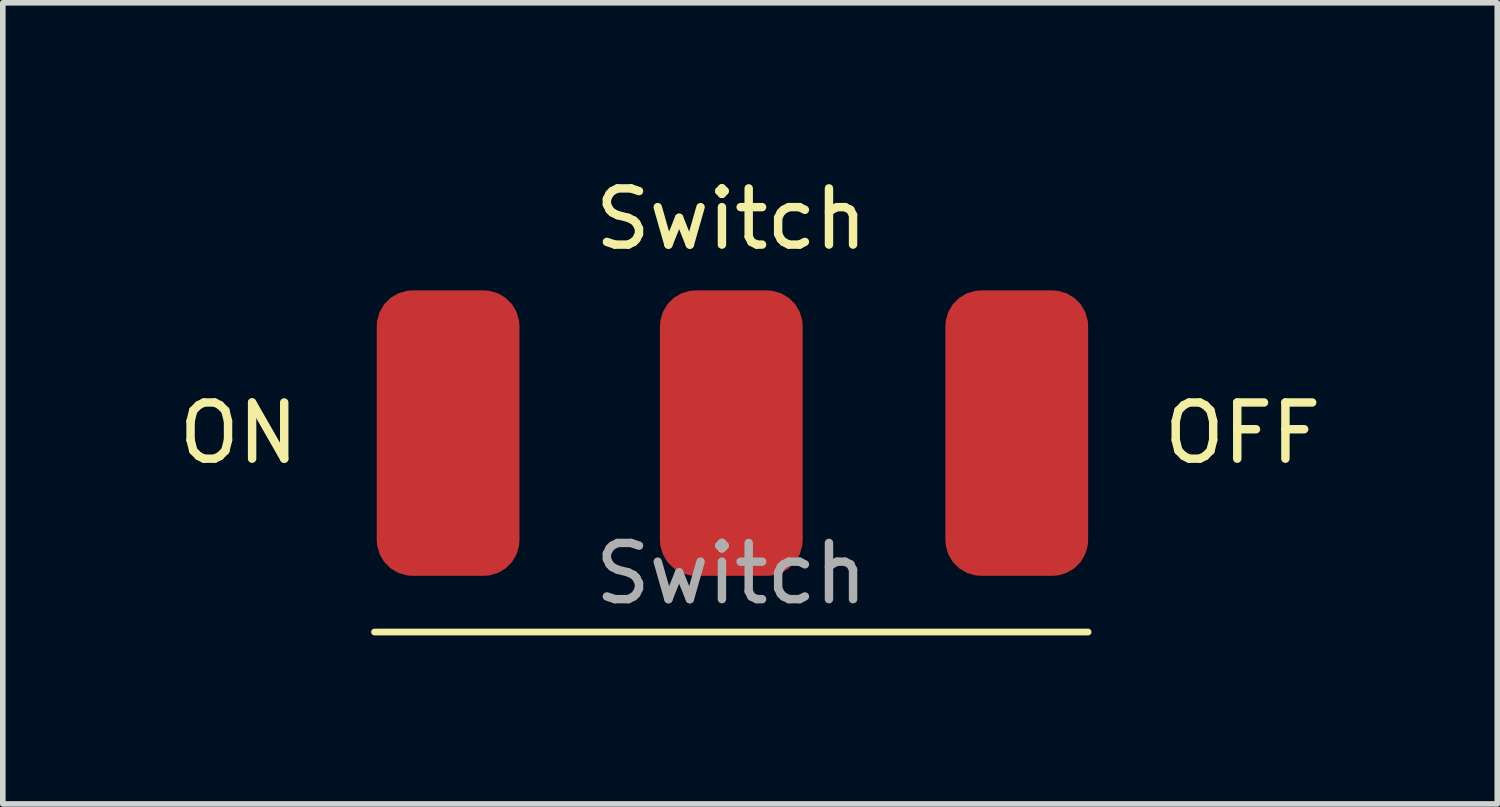
<source format=kicad_pcb>
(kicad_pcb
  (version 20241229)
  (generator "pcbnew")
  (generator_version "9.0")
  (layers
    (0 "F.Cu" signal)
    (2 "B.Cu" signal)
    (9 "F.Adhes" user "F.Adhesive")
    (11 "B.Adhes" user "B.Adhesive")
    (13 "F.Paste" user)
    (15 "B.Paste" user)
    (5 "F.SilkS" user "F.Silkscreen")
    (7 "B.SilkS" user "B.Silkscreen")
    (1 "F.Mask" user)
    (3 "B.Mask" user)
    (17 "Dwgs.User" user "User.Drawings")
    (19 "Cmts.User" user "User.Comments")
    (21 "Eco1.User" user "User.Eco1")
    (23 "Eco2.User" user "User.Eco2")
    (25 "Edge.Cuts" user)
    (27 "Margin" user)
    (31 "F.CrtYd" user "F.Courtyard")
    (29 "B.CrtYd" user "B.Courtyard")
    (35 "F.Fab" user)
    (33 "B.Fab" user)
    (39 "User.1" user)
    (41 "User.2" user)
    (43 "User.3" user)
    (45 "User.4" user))
  (footprint "Switch"
    (layer "F.Cu")
    (at 9.965 4.658)
    (property "Reference" "Switch" (at 0 -3.81 0) (unlocked yes) (layer "F.SilkS") (effects (font (size 1 1) (thickness 0.15))))
    (attr smd)
    (fp_line (start -6.35 3.54) (end 6.35 3.54) (stroke (width 0.12) (type solid)) (layer "F.SilkS"))
    (fp_text user "ON" (at -7.62 0 0) (unlocked yes) (layer "F.SilkS") (effects (font (size 1 1) (thickness 0.15)) (justify right)))
    (fp_text user "OFF" (at 7.62 0 0) (unlocked yes) (layer "F.SilkS") (effects (font (size 1 1) (thickness 0.15)) (justify left)))
    (fp_text user "${REFERENCE}" (at 0 2.5 0) (unlocked yes) (layer "F.Fab") (effects (font (size 1 1) (thickness 0.15))))
    (pad "1" smd roundrect (at -5.04 0) (size 2.54 5.08) (layers "F.Cu" "F.Mask" "F.Paste") (roundrect_rratio 0.25))
    (pad "2" smd roundrect (at 0 0) (size 2.54 5.08) (layers "F.Cu" "F.Mask" "F.Paste") (roundrect_rratio 0.25))
    (pad "3" smd roundrect (at 5.08 0) (size 2.54 5.08) (layers "F.Cu" "F.Mask" "F.Paste") (roundrect_rratio 0.25)))
  (gr_rect
    (start -3 -3)
    (end 23.597 11.258)
    (stroke (width 0.1) (type default))
    (fill no)
    (layer "Edge.Cuts")))
</source>
